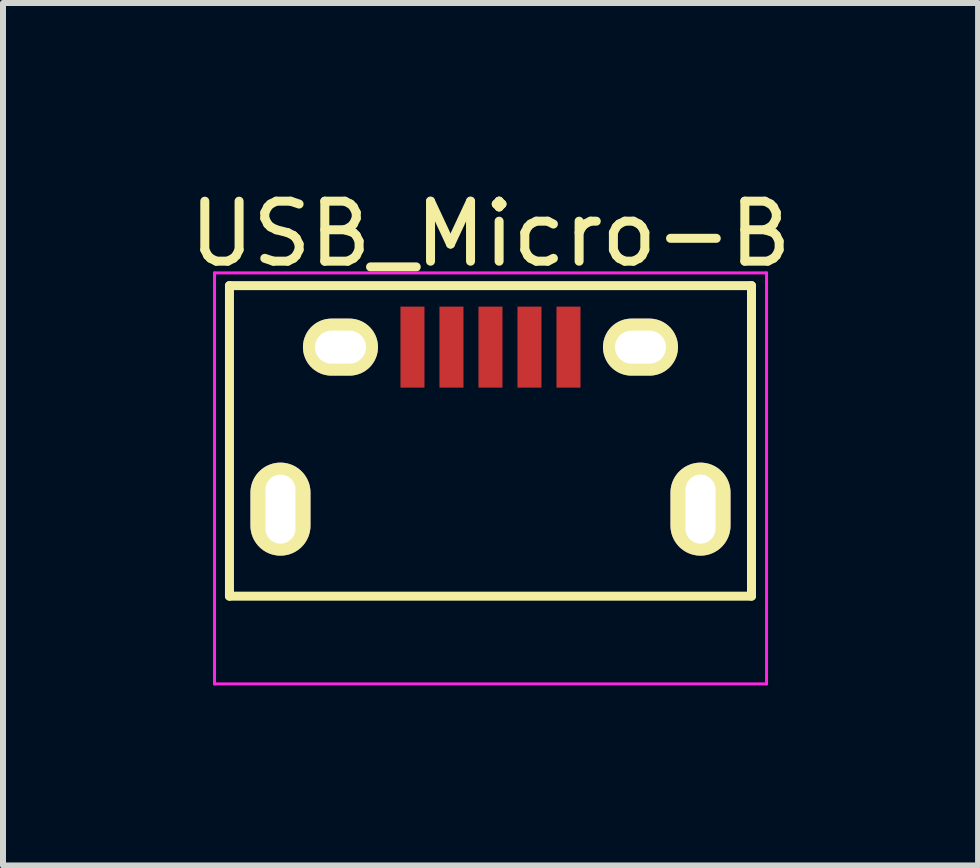
<source format=kicad_pcb>
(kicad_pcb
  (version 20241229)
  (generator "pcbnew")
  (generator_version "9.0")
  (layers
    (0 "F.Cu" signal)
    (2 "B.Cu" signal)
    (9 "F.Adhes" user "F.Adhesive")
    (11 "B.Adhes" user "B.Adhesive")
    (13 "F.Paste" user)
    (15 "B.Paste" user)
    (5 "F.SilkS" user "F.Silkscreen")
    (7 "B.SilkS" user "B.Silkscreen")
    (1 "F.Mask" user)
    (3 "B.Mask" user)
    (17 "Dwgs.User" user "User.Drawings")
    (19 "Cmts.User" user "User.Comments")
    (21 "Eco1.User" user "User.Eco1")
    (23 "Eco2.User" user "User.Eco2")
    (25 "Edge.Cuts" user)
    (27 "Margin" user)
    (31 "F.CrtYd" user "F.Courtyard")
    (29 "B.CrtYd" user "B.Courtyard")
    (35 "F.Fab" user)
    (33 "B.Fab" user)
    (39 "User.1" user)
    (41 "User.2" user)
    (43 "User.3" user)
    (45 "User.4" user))
  (footprint "USB_Micro-B"
    (layer "F.Cu")
    (at 5.125 4.298)
    (property "Reference" "USB_Micro-B" (at 0 -3.45 0) (layer "F.SilkS") (effects (font (size 1 1) (thickness 0.15))))
    (attr smd)
    (fp_line (start -4.351 -2.588) (end 4.349 -2.588) (stroke (width 0.15) (type solid)) (layer "F.SilkS"))
    (fp_line (start -4.351 2.587) (end -4.351 -2.588) (stroke (width 0.15) (type solid)) (layer "F.SilkS"))
    (fp_line (start 4.349 -2.588) (end 4.349 2.587) (stroke (width 0.15) (type solid)) (layer "F.SilkS"))
    (fp_line (start 4.349 2.587) (end -4.351 2.587) (stroke (width 0.15) (type solid)) (layer "F.SilkS"))
    (fp_line (start -4.6 -2.8) (end 4.6 -2.8) (stroke (width 0.05) (type solid)) (layer "F.CrtYd"))
    (fp_line (start -4.6 4.05) (end -4.6 -2.8) (stroke (width 0.05) (type solid)) (layer "F.CrtYd"))
    (fp_line (start 4.6 -2.8) (end 4.6 4.05) (stroke (width 0.05) (type solid)) (layer "F.CrtYd"))
    (fp_line (start 4.6 4.05) (end -4.6 4.05) (stroke (width 0.05) (type solid)) (layer "F.CrtYd"))
    (pad "1" smd rect (at -1.301 -1.563 90) (size 1.35 0.4) (layers "F.Cu" "F.Mask" "F.Paste"))
    (pad "2" smd rect (at -0.651 -1.563 90) (size 1.35 0.4) (layers "F.Cu" "F.Mask" "F.Paste"))
    (pad "3" smd rect (at -0.001 -1.563 90) (size 1.35 0.4) (layers "F.Cu" "F.Mask" "F.Paste"))
    (pad "4" smd rect (at 0.649 -1.563 90) (size 1.35 0.4) (layers "F.Cu" "F.Mask" "F.Paste"))
    (pad "5" smd rect (at 1.299 -1.563 90) (size 1.35 0.4) (layers "F.Cu" "F.Mask" "F.Paste"))
    (pad "6" thru_hole oval (at -3.501 1.137 90) (size 1.55 1) (drill oval 1.15 0.5) (layers "*.Cu" "*.Mask" "F.SilkS"))
    (pad "6" thru_hole oval (at -2.501 -1.563 90) (size 0.95 1.25) (drill oval 0.55 0.85) (layers "*.Cu" "*.Mask" "F.SilkS"))
    (pad "6" thru_hole oval (at 2.499 -1.563 90) (size 0.95 1.25) (drill oval 0.55 0.85) (layers "*.Cu" "*.Mask" "F.SilkS"))
    (pad "6" thru_hole oval (at 3.499 1.137 90) (size 1.55 1) (drill oval 1.15 0.5) (layers "*.Cu" "*.Mask" "F.SilkS")))
  (gr_rect
    (start -3 -3)
    (end 13.25 11.373)
    (stroke (width 0.1) (type default))
    (fill no)
    (layer "Edge.Cuts")))
</source>
